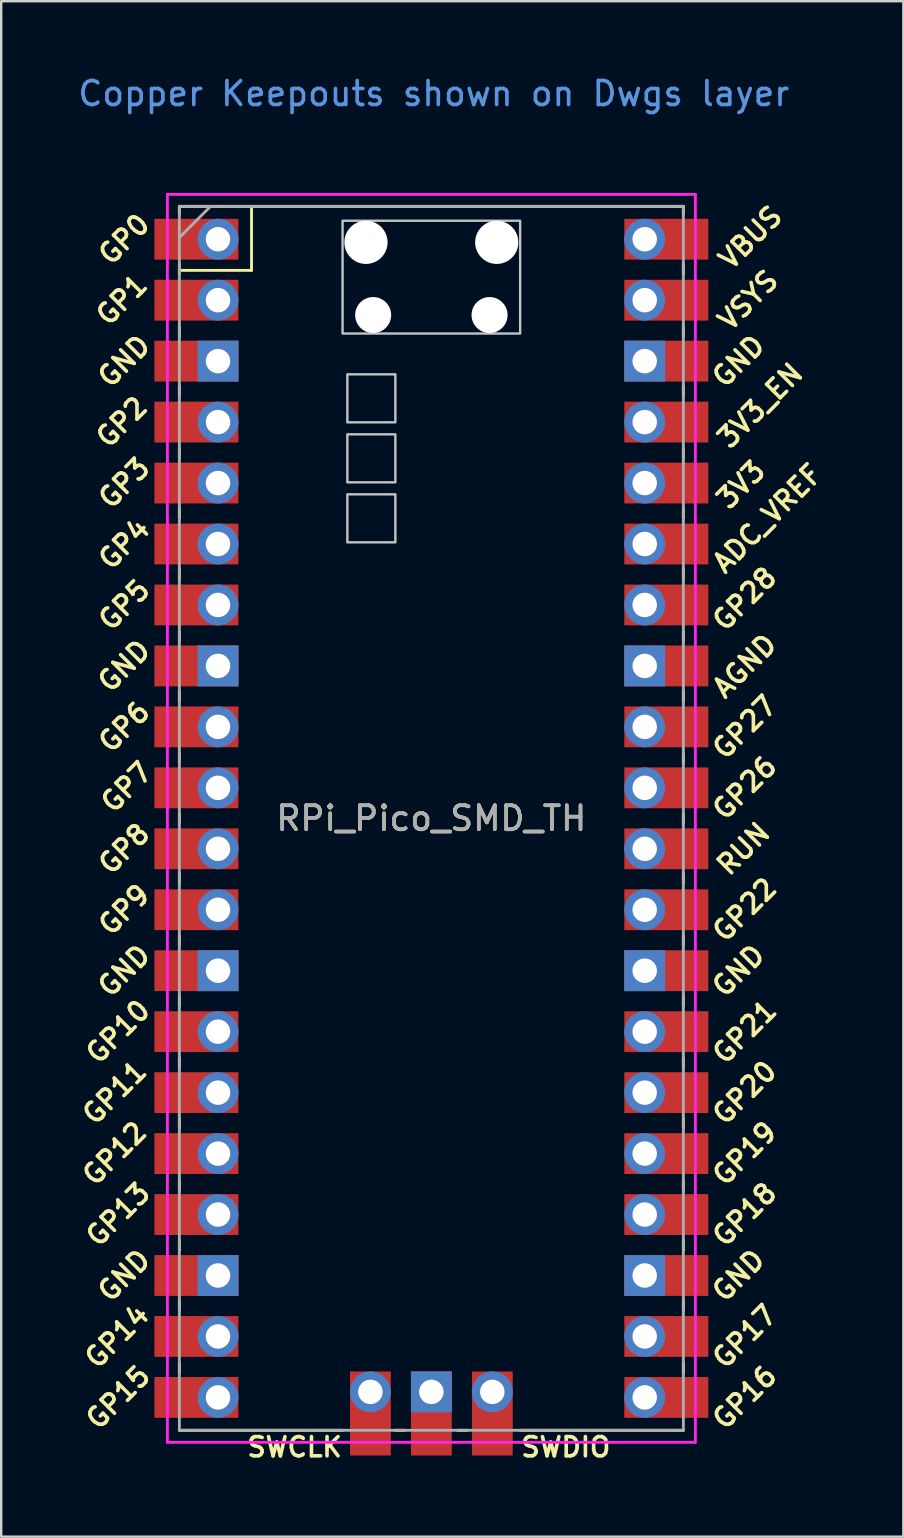
<source format=kicad_pcb>
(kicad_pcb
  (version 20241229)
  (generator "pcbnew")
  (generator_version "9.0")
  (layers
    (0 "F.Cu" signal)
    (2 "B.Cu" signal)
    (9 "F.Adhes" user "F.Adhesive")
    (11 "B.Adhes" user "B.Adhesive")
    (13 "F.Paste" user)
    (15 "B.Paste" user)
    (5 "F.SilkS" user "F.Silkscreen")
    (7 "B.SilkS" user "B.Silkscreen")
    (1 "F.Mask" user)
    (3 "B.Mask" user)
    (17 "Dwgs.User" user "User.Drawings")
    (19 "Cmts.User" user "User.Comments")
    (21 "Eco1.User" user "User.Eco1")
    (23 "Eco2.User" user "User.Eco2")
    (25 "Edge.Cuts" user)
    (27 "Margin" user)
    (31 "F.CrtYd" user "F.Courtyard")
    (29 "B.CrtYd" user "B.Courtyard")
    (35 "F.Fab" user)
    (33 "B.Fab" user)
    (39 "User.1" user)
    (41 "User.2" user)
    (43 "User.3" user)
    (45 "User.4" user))
  (footprint "RPi_Pico_SMD_TH"
    (layer "F.Cu")
    (at 14.924 31.048)
    (property "Reference" "RPi_Pico_SMD_TH" (at 0 0 0) (layer "F.SilkS") (effects (font (size 1 1) (thickness 0.15))))
    (attr through_hole)
    (fp_line (start -10.5 -25.5) (end -10.5 -25.2) (stroke (width 0.12) (type solid)) (layer "F.SilkS"))
    (fp_line (start -10.5 -25.5) (end 10.5 -25.5) (stroke (width 0.12) (type solid)) (layer "F.SilkS"))
    (fp_line (start -10.5 -23.1) (end -10.5 -22.7) (stroke (width 0.12) (type solid)) (layer "F.SilkS"))
    (fp_line (start -10.5 -22.833) (end -7.493 -22.833) (stroke (width 0.12) (type solid)) (layer "F.SilkS"))
    (fp_line (start -10.5 -20.5) (end -10.5 -20.1) (stroke (width 0.12) (type solid)) (layer "F.SilkS"))
    (fp_line (start -10.5 -18) (end -10.5 -17.6) (stroke (width 0.12) (type solid)) (layer "F.SilkS"))
    (fp_line (start -10.5 -15.4) (end -10.5 -15) (stroke (width 0.12) (type solid)) (layer "F.SilkS"))
    (fp_line (start -10.5 -12.9) (end -10.5 -12.5) (stroke (width 0.12) (type solid)) (layer "F.SilkS"))
    (fp_line (start -10.5 -10.4) (end -10.5 -10) (stroke (width 0.12) (type solid)) (layer "F.SilkS"))
    (fp_line (start -10.5 -7.8) (end -10.5 -7.4) (stroke (width 0.12) (type solid)) (layer "F.SilkS"))
    (fp_line (start -10.5 -5.3) (end -10.5 -4.9) (stroke (width 0.12) (type solid)) (layer "F.SilkS"))
    (fp_line (start -10.5 -2.7) (end -10.5 -2.3) (stroke (width 0.12) (type solid)) (layer "F.SilkS"))
    (fp_line (start -10.5 -0.2) (end -10.5 0.2) (stroke (width 0.12) (type solid)) (layer "F.SilkS"))
    (fp_line (start -10.5 2.3) (end -10.5 2.7) (stroke (width 0.12) (type solid)) (layer "F.SilkS"))
    (fp_line (start -10.5 4.9) (end -10.5 5.3) (stroke (width 0.12) (type solid)) (layer "F.SilkS"))
    (fp_line (start -10.5 7.4) (end -10.5 7.8) (stroke (width 0.12) (type solid)) (layer "F.SilkS"))
    (fp_line (start -10.5 10) (end -10.5 10.4) (stroke (width 0.12) (type solid)) (layer "F.SilkS"))
    (fp_line (start -10.5 12.5) (end -10.5 12.9) (stroke (width 0.12) (type solid)) (layer "F.SilkS"))
    (fp_line (start -10.5 15.1) (end -10.5 15.5) (stroke (width 0.12) (type solid)) (layer "F.SilkS"))
    (fp_line (start -10.5 17.6) (end -10.5 18) (stroke (width 0.12) (type solid)) (layer "F.SilkS"))
    (fp_line (start -10.5 20.1) (end -10.5 20.5) (stroke (width 0.12) (type solid)) (layer "F.SilkS"))
    (fp_line (start -10.5 22.7) (end -10.5 23.1) (stroke (width 0.12) (type solid)) (layer "F.SilkS"))
    (fp_line (start -7.493 -22.833) (end -7.493 -25.5) (stroke (width 0.12) (type solid)) (layer "F.SilkS"))
    (fp_line (start -3.7 25.5) (end -10.5 25.5) (stroke (width 0.12) (type solid)) (layer "F.SilkS"))
    (fp_line (start -1.5 25.5) (end -1.1 25.5) (stroke (width 0.12) (type solid)) (layer "F.SilkS"))
    (fp_line (start 1.1 25.5) (end 1.5 25.5) (stroke (width 0.12) (type solid)) (layer "F.SilkS"))
    (fp_line (start 10.5 -25.5) (end 10.5 -25.2) (stroke (width 0.12) (type solid)) (layer "F.SilkS"))
    (fp_line (start 10.5 -23.1) (end 10.5 -22.7) (stroke (width 0.12) (type solid)) (layer "F.SilkS"))
    (fp_line (start 10.5 -20.5) (end 10.5 -20.1) (stroke (width 0.12) (type solid)) (layer "F.SilkS"))
    (fp_line (start 10.5 -18) (end 10.5 -17.6) (stroke (width 0.12) (type solid)) (layer "F.SilkS"))
    (fp_line (start 10.5 -15.4) (end 10.5 -15) (stroke (width 0.12) (type solid)) (layer "F.SilkS"))
    (fp_line (start 10.5 -12.9) (end 10.5 -12.5) (stroke (width 0.12) (type solid)) (layer "F.SilkS"))
    (fp_line (start 10.5 -10.4) (end 10.5 -10) (stroke (width 0.12) (type solid)) (layer "F.SilkS"))
    (fp_line (start 10.5 -7.8) (end 10.5 -7.4) (stroke (width 0.12) (type solid)) (layer "F.SilkS"))
    (fp_line (start 10.5 -5.3) (end 10.5 -4.9) (stroke (width 0.12) (type solid)) (layer "F.SilkS"))
    (fp_line (start 10.5 -2.7) (end 10.5 -2.3) (stroke (width 0.12) (type solid)) (layer "F.SilkS"))
    (fp_line (start 10.5 -0.2) (end 10.5 0.2) (stroke (width 0.12) (type solid)) (layer "F.SilkS"))
    (fp_line (start 10.5 2.3) (end 10.5 2.7) (stroke (width 0.12) (type solid)) (layer "F.SilkS"))
    (fp_line (start 10.5 4.9) (end 10.5 5.3) (stroke (width 0.12) (type solid)) (layer "F.SilkS"))
    (fp_line (start 10.5 7.4) (end 10.5 7.8) (stroke (width 0.12) (type solid)) (layer "F.SilkS"))
    (fp_line (start 10.5 10) (end 10.5 10.4) (stroke (width 0.12) (type solid)) (layer "F.SilkS"))
    (fp_line (start 10.5 12.5) (end 10.5 12.9) (stroke (width 0.12) (type solid)) (layer "F.SilkS"))
    (fp_line (start 10.5 15.1) (end 10.5 15.5) (stroke (width 0.12) (type solid)) (layer "F.SilkS"))
    (fp_line (start 10.5 17.6) (end 10.5 18) (stroke (width 0.12) (type solid)) (layer "F.SilkS"))
    (fp_line (start 10.5 20.1) (end 10.5 20.5) (stroke (width 0.12) (type solid)) (layer "F.SilkS"))
    (fp_line (start 10.5 22.7) (end 10.5 23.1) (stroke (width 0.12) (type solid)) (layer "F.SilkS"))
    (fp_line (start 10.5 25.5) (end 3.7 25.5) (stroke (width 0.12) (type solid)) (layer "F.SilkS"))
    (fp_poly (pts (xy -1.5 -16.5) (xy -3.5 -16.5) (xy -3.5 -18.5) (xy -1.5 -18.5)) (stroke (width 0.1) (type solid)) (fill no) (layer "Dwgs.User"))
    (fp_poly (pts (xy -1.5 -14) (xy -3.5 -14) (xy -3.5 -16) (xy -1.5 -16)) (stroke (width 0.1) (type solid)) (fill no) (layer "Dwgs.User"))
    (fp_poly (pts (xy -1.5 -11.5) (xy -3.5 -11.5) (xy -3.5 -13.5) (xy -1.5 -13.5)) (stroke (width 0.1) (type solid)) (fill no) (layer "Dwgs.User"))
    (fp_poly (pts (xy 3.7 -20.2) (xy -3.7 -20.2) (xy -3.7 -24.9) (xy 3.7 -24.9)) (stroke (width 0.1) (type solid)) (fill no) (layer "Dwgs.User"))
    (fp_line (start -11 -26) (end 11 -26) (stroke (width 0.12) (type solid)) (layer "F.CrtYd"))
    (fp_line (start -11 26) (end -11 -26) (stroke (width 0.12) (type solid)) (layer "F.CrtYd"))
    (fp_line (start 11 -26) (end 11 26) (stroke (width 0.12) (type solid)) (layer "F.CrtYd"))
    (fp_line (start 11 26) (end -11 26) (stroke (width 0.12) (type solid)) (layer "F.CrtYd"))
    (fp_line (start -10.5 -25.5) (end 10.5 -25.5) (stroke (width 0.12) (type solid)) (layer "F.Fab"))
    (fp_line (start -10.5 -24.2) (end -9.2 -25.5) (stroke (width 0.12) (type solid)) (layer "F.Fab"))
    (fp_line (start -10.5 25.5) (end -10.5 -25.5) (stroke (width 0.12) (type solid)) (layer "F.Fab"))
    (fp_line (start 10.5 -25.5) (end 10.5 25.5) (stroke (width 0.12) (type solid)) (layer "F.Fab"))
    (fp_line (start 10.5 25.5) (end -10.5 25.5) (stroke (width 0.12) (type solid)) (layer "F.Fab"))
    (fp_text user "GP5" (at -12.8 -8.89 45) (layer "F.SilkS") (effects (font (size 0.8 0.8) (thickness 0.15))))
    (fp_text user "GP16" (at 13.054 24.13 45) (layer "F.SilkS") (effects (font (size 0.8 0.8) (thickness 0.15))))
    (fp_text user "GP1" (at -12.9 -21.6 45) (layer "F.SilkS") (effects (font (size 0.8 0.8) (thickness 0.15))))
    (fp_text user "GP26" (at 13.054 -1.27 45) (layer "F.SilkS") (effects (font (size 0.8 0.8) (thickness 0.15))))
    (fp_text user "3V3_EN" (at 13.7 -17.2 45) (layer "F.SilkS") (effects (font (size 0.8 0.8) (thickness 0.15))))
    (fp_text user "GP22" (at 13.054 3.81 45) (layer "F.SilkS") (effects (font (size 0.8 0.8) (thickness 0.15))))
    (fp_text user "GND" (at 12.8 -19.05 45) (layer "F.SilkS") (effects (font (size 0.8 0.8) (thickness 0.15))))
    (fp_text user "GP21" (at 13.054 8.9 45) (layer "F.SilkS") (effects (font (size 0.8 0.8) (thickness 0.15))))
    (fp_text user "AGND" (at 13.054 -6.35 45) (layer "F.SilkS") (effects (font (size 0.8 0.8) (thickness 0.15))))
    (fp_text user "SWDIO" (at 5.6 26.2 0) (layer "F.SilkS") (effects (font (size 0.8 0.8) (thickness 0.15))))
    (fp_text user "GP14" (at -13.1 21.59 45) (layer "F.SilkS") (effects (font (size 0.8 0.8) (thickness 0.15))))
    (fp_text user "GP4" (at -12.8 -11.43 45) (layer "F.SilkS") (effects (font (size 0.8 0.8) (thickness 0.15))))
    (fp_text user "GP20" (at 13.054 11.43 45) (layer "F.SilkS") (effects (font (size 0.8 0.8) (thickness 0.15))))
    (fp_text user "RUN" (at 13 1.27 45) (layer "F.SilkS") (effects (font (size 0.8 0.8) (thickness 0.15))))
    (fp_text user "GP15" (at -13.054 24.13 45) (layer "F.SilkS") (effects (font (size 0.8 0.8) (thickness 0.15))))
    (fp_text user "GP6" (at -12.8 -3.81 45) (layer "F.SilkS") (effects (font (size 0.8 0.8) (thickness 0.15))))
    (fp_text user "SWCLK" (at -5.7 26.2 0) (layer "F.SilkS") (effects (font (size 0.8 0.8) (thickness 0.15))))
    (fp_text user "VSYS" (at 13.2 -21.59 45) (layer "F.SilkS") (effects (font (size 0.8 0.8) (thickness 0.15))))
    (fp_text user "3V3" (at 12.9 -13.9 45) (layer "F.SilkS") (effects (font (size 0.8 0.8) (thickness 0.15))))
    (fp_text user "GP12" (at -13.2 13.97 45) (layer "F.SilkS") (effects (font (size 0.8 0.8) (thickness 0.15))))
    (fp_text user "VBUS" (at 13.3 -24.2 45) (layer "F.SilkS") (effects (font (size 0.8 0.8) (thickness 0.15))))
    (fp_text user "ADC_VREF" (at 14 -12.5 45) (layer "F.SilkS") (effects (font (size 0.8 0.8) (thickness 0.15))))
    (fp_text user "GP8" (at -12.8 1.27 45) (layer "F.SilkS") (effects (font (size 0.8 0.8) (thickness 0.15))))
    (fp_text user "GP3" (at -12.8 -13.97 45) (layer "F.SilkS") (effects (font (size 0.8 0.8) (thickness 0.15))))
    (fp_text user "GP27" (at 13.054 -3.8 45) (layer "F.SilkS") (effects (font (size 0.8 0.8) (thickness 0.15))))
    (fp_text user "GND" (at -12.8 6.35 45) (layer "F.SilkS") (effects (font (size 0.8 0.8) (thickness 0.15))))
    (fp_text user "GND" (at 12.8 6.35 45) (layer "F.SilkS") (effects (font (size 0.8 0.8) (thickness 0.15))))
    (fp_text user "GP19" (at 13.054 13.97 45) (layer "F.SilkS") (effects (font (size 0.8 0.8) (thickness 0.15))))
    (fp_text user "GP10" (at -13.054 8.89 45) (layer "F.SilkS") (effects (font (size 0.8 0.8) (thickness 0.15))))
    (fp_text user "GP28" (at 13.054 -9.144 45) (layer "F.SilkS") (effects (font (size 0.8 0.8) (thickness 0.15))))
    (fp_text user "GP2" (at -12.9 -16.51 45) (layer "F.SilkS") (effects (font (size 0.8 0.8) (thickness 0.15))))
    (fp_text user "GP17" (at 13.054 21.59 45) (layer "F.SilkS") (effects (font (size 0.8 0.8) (thickness 0.15))))
    (fp_text user "GP13" (at -13.054 16.51 45) (layer "F.SilkS") (effects (font (size 0.8 0.8) (thickness 0.15))))
    (fp_text user "GND" (at 12.8 19.05 45) (layer "F.SilkS") (effects (font (size 0.8 0.8) (thickness 0.15))))
    (fp_text user "GND" (at -12.8 -6.35 45) (layer "F.SilkS") (effects (font (size 0.8 0.8) (thickness 0.15))))
    (fp_text user "GP9" (at -12.8 3.81 45) (layer "F.SilkS") (effects (font (size 0.8 0.8) (thickness 0.15))))
    (fp_text user "GP11" (at -13.2 11.43 45) (layer "F.SilkS") (effects (font (size 0.8 0.8) (thickness 0.15))))
    (fp_text user "GP7" (at -12.7 -1.3 45) (layer "F.SilkS") (effects (font (size 0.8 0.8) (thickness 0.15))))
    (fp_text user "GND" (at -12.8 -19.05 45) (layer "F.SilkS") (effects (font (size 0.8 0.8) (thickness 0.15))))
    (fp_text user "GP0" (at -12.8 -24.13 45) (layer "F.SilkS") (effects (font (size 0.8 0.8) (thickness 0.15))))
    (fp_text user "GP18" (at 13.054 16.51 45) (layer "F.SilkS") (effects (font (size 0.8 0.8) (thickness 0.15))))
    (fp_text user "GND" (at -12.8 19.05 45) (layer "F.SilkS") (effects (font (size 0.8 0.8) (thickness 0.15))))
    (fp_text user "Copper Keepouts shown on Dwgs layer" (at 0.1 -30.2 0) (layer "Cmts.User") (effects (font (size 1 1) (thickness 0.15))))
    (fp_text user "${REFERENCE}" (at 0 0 180) (layer "F.Fab") (effects (font (size 1 1) (thickness 0.15))))
    (pad "" np_thru_hole oval (at -2.725 -24) (size 1.8 1.8) (drill 1.8) (layers "*.Cu" "*.Mask"))
    (pad "" np_thru_hole oval (at -2.425 -20.97) (size 1.5 1.5) (drill 1.5) (layers "*.Cu" "*.Mask"))
    (pad "" np_thru_hole oval (at 2.425 -20.97) (size 1.5 1.5) (drill 1.5) (layers "*.Cu" "*.Mask"))
    (pad "" np_thru_hole oval (at 2.725 -24) (size 1.8 1.8) (drill 1.8) (layers "*.Cu" "*.Mask"))
    (pad "1" thru_hole oval (at -8.89 -24.13) (size 1.7 1.7) (drill 1.02) (layers "*.Cu" "*.Mask"))
    (pad "1" smd rect (at -8.89 -24.13) (size 3.5 1.7) (drill (offset -0.9 0)) (layers "F.Cu" "F.Mask"))
    (pad "2" thru_hole oval (at -8.89 -21.59) (size 1.7 1.7) (drill 1.02) (layers "*.Cu" "*.Mask"))
    (pad "2" smd rect (at -8.89 -21.59) (size 3.5 1.7) (drill (offset -0.9 0)) (layers "F.Cu" "F.Mask"))
    (pad "3" thru_hole rect (at -8.89 -19.05) (size 1.7 1.7) (drill 1.02) (layers "*.Cu" "*.Mask"))
    (pad "3" smd rect (at -8.89 -19.05) (size 3.5 1.7) (drill (offset -0.9 0)) (layers "F.Cu" "F.Mask"))
    (pad "4" thru_hole oval (at -8.89 -16.51) (size 1.7 1.7) (drill 1.02) (layers "*.Cu" "*.Mask"))
    (pad "4" smd rect (at -8.89 -16.51) (size 3.5 1.7) (drill (offset -0.9 0)) (layers "F.Cu" "F.Mask"))
    (pad "5" thru_hole oval (at -8.89 -13.97) (size 1.7 1.7) (drill 1.02) (layers "*.Cu" "*.Mask"))
    (pad "5" smd rect (at -8.89 -13.97) (size 3.5 1.7) (drill (offset -0.9 0)) (layers "F.Cu" "F.Mask"))
    (pad "6" thru_hole oval (at -8.89 -11.43) (size 1.7 1.7) (drill 1.02) (layers "*.Cu" "*.Mask"))
    (pad "6" smd rect (at -8.89 -11.43) (size 3.5 1.7) (drill (offset -0.9 0)) (layers "F.Cu" "F.Mask"))
    (pad "7" thru_hole oval (at -8.89 -8.89) (size 1.7 1.7) (drill 1.02) (layers "*.Cu" "*.Mask"))
    (pad "7" smd rect (at -8.89 -8.89) (size 3.5 1.7) (drill (offset -0.9 0)) (layers "F.Cu" "F.Mask"))
    (pad "8" thru_hole rect (at -8.89 -6.35) (size 1.7 1.7) (drill 1.02) (layers "*.Cu" "*.Mask"))
    (pad "8" smd rect (at -8.89 -6.35) (size 3.5 1.7) (drill (offset -0.9 0)) (layers "F.Cu" "F.Mask"))
    (pad "9" thru_hole oval (at -8.89 -3.81) (size 1.7 1.7) (drill 1.02) (layers "*.Cu" "*.Mask"))
    (pad "9" smd rect (at -8.89 -3.81) (size 3.5 1.7) (drill (offset -0.9 0)) (layers "F.Cu" "F.Mask"))
    (pad "10" thru_hole oval (at -8.89 -1.27) (size 1.7 1.7) (drill 1.02) (layers "*.Cu" "*.Mask"))
    (pad "10" smd rect (at -8.89 -1.27) (size 3.5 1.7) (drill (offset -0.9 0)) (layers "F.Cu" "F.Mask"))
    (pad "11" thru_hole oval (at -8.89 1.27) (size 1.7 1.7) (drill 1.02) (layers "*.Cu" "*.Mask"))
    (pad "11" smd rect (at -8.89 1.27) (size 3.5 1.7) (drill (offset -0.9 0)) (layers "F.Cu" "F.Mask"))
    (pad "12" thru_hole oval (at -8.89 3.81) (size 1.7 1.7) (drill 1.02) (layers "*.Cu" "*.Mask"))
    (pad "12" smd rect (at -8.89 3.81) (size 3.5 1.7) (drill (offset -0.9 0)) (layers "F.Cu" "F.Mask"))
    (pad "13" thru_hole rect (at -8.89 6.35) (size 1.7 1.7) (drill 1.02) (layers "*.Cu" "*.Mask"))
    (pad "13" smd rect (at -8.89 6.35) (size 3.5 1.7) (drill (offset -0.9 0)) (layers "F.Cu" "F.Mask"))
    (pad "14" thru_hole oval (at -8.89 8.89) (size 1.7 1.7) (drill 1.02) (layers "*.Cu" "*.Mask"))
    (pad "14" smd rect (at -8.89 8.89) (size 3.5 1.7) (drill (offset -0.9 0)) (layers "F.Cu" "F.Mask"))
    (pad "15" thru_hole oval (at -8.89 11.43) (size 1.7 1.7) (drill 1.02) (layers "*.Cu" "*.Mask"))
    (pad "15" smd rect (at -8.89 11.43) (size 3.5 1.7) (drill (offset -0.9 0)) (layers "F.Cu" "F.Mask"))
    (pad "16" thru_hole oval (at -8.89 13.97) (size 1.7 1.7) (drill 1.02) (layers "*.Cu" "*.Mask"))
    (pad "16" smd rect (at -8.89 13.97) (size 3.5 1.7) (drill (offset -0.9 0)) (layers "F.Cu" "F.Mask"))
    (pad "17" thru_hole oval (at -8.89 16.51) (size 1.7 1.7) (drill 1.02) (layers "*.Cu" "*.Mask"))
    (pad "17" smd rect (at -8.89 16.51) (size 3.5 1.7) (drill (offset -0.9 0)) (layers "F.Cu" "F.Mask"))
    (pad "18" thru_hole rect (at -8.89 19.05) (size 1.7 1.7) (drill 1.02) (layers "*.Cu" "*.Mask"))
    (pad "18" smd rect (at -8.89 19.05) (size 3.5 1.7) (drill (offset -0.9 0)) (layers "F.Cu" "F.Mask"))
    (pad "19" thru_hole oval (at -8.89 21.59) (size 1.7 1.7) (drill 1.02) (layers "*.Cu" "*.Mask"))
    (pad "19" smd rect (at -8.89 21.59) (size 3.5 1.7) (drill (offset -0.9 0)) (layers "F.Cu" "F.Mask"))
    (pad "20" thru_hole oval (at -8.89 24.13) (size 1.7 1.7) (drill 1.02) (layers "*.Cu" "*.Mask"))
    (pad "20" smd rect (at -8.89 24.13) (size 3.5 1.7) (drill (offset -0.9 0)) (layers "F.Cu" "F.Mask"))
    (pad "21" thru_hole oval (at 8.89 24.13) (size 1.7 1.7) (drill 1.02) (layers "*.Cu" "*.Mask"))
    (pad "21" smd rect (at 8.89 24.13) (size 3.5 1.7) (drill (offset 0.9 0)) (layers "F.Cu" "F.Mask"))
    (pad "22" thru_hole oval (at 8.89 21.59) (size 1.7 1.7) (drill 1.02) (layers "*.Cu" "*.Mask"))
    (pad "22" smd rect (at 8.89 21.59) (size 3.5 1.7) (drill (offset 0.9 0)) (layers "F.Cu" "F.Mask"))
    (pad "23" thru_hole rect (at 8.89 19.05) (size 1.7 1.7) (drill 1.02) (layers "*.Cu" "*.Mask"))
    (pad "23" smd rect (at 8.89 19.05) (size 3.5 1.7) (drill (offset 0.9 0)) (layers "F.Cu" "F.Mask"))
    (pad "24" thru_hole oval (at 8.89 16.51) (size 1.7 1.7) (drill 1.02) (layers "*.Cu" "*.Mask"))
    (pad "24" smd rect (at 8.89 16.51) (size 3.5 1.7) (drill (offset 0.9 0)) (layers "F.Cu" "F.Mask"))
    (pad "25" thru_hole oval (at 8.89 13.97) (size 1.7 1.7) (drill 1.02) (layers "*.Cu" "*.Mask"))
    (pad "25" smd rect (at 8.89 13.97) (size 3.5 1.7) (drill (offset 0.9 0)) (layers "F.Cu" "F.Mask"))
    (pad "26" thru_hole oval (at 8.89 11.43) (size 1.7 1.7) (drill 1.02) (layers "*.Cu" "*.Mask"))
    (pad "26" smd rect (at 8.89 11.43) (size 3.5 1.7) (drill (offset 0.9 0)) (layers "F.Cu" "F.Mask"))
    (pad "27" thru_hole oval (at 8.89 8.89) (size 1.7 1.7) (drill 1.02) (layers "*.Cu" "*.Mask"))
    (pad "27" smd rect (at 8.89 8.89) (size 3.5 1.7) (drill (offset 0.9 0)) (layers "F.Cu" "F.Mask"))
    (pad "28" thru_hole rect (at 8.89 6.35) (size 1.7 1.7) (drill 1.02) (layers "*.Cu" "*.Mask"))
    (pad "28" smd rect (at 8.89 6.35) (size 3.5 1.7) (drill (offset 0.9 0)) (layers "F.Cu" "F.Mask"))
    (pad "29" thru_hole oval (at 8.89 3.81) (size 1.7 1.7) (drill 1.02) (layers "*.Cu" "*.Mask"))
    (pad "29" smd rect (at 8.89 3.81) (size 3.5 1.7) (drill (offset 0.9 0)) (layers "F.Cu" "F.Mask"))
    (pad "30" thru_hole oval (at 8.89 1.27) (size 1.7 1.7) (drill 1.02) (layers "*.Cu" "*.Mask"))
    (pad "30" smd rect (at 8.89 1.27) (size 3.5 1.7) (drill (offset 0.9 0)) (layers "F.Cu" "F.Mask"))
    (pad "31" thru_hole oval (at 8.89 -1.27) (size 1.7 1.7) (drill 1.02) (layers "*.Cu" "*.Mask"))
    (pad "31" smd rect (at 8.89 -1.27) (size 3.5 1.7) (drill (offset 0.9 0)) (layers "F.Cu" "F.Mask"))
    (pad "32" thru_hole oval (at 8.89 -3.81) (size 1.7 1.7) (drill 1.02) (layers "*.Cu" "*.Mask"))
    (pad "32" smd rect (at 8.89 -3.81) (size 3.5 1.7) (drill (offset 0.9 0)) (layers "F.Cu" "F.Mask"))
    (pad "33" thru_hole rect (at 8.89 -6.35) (size 1.7 1.7) (drill 1.02) (layers "*.Cu" "*.Mask"))
    (pad "33" smd rect (at 8.89 -6.35) (size 3.5 1.7) (drill (offset 0.9 0)) (layers "F.Cu" "F.Mask"))
    (pad "34" thru_hole oval (at 8.89 -8.89) (size 1.7 1.7) (drill 1.02) (layers "*.Cu" "*.Mask"))
    (pad "34" smd rect (at 8.89 -8.89) (size 3.5 1.7) (drill (offset 0.9 0)) (layers "F.Cu" "F.Mask"))
    (pad "35" thru_hole oval (at 8.89 -11.43) (size 1.7 1.7) (drill 1.02) (layers "*.Cu" "*.Mask"))
    (pad "35" smd rect (at 8.89 -11.43) (size 3.5 1.7) (drill (offset 0.9 0)) (layers "F.Cu" "F.Mask"))
    (pad "36" thru_hole oval (at 8.89 -13.97) (size 1.7 1.7) (drill 1.02) (layers "*.Cu" "*.Mask"))
    (pad "36" smd rect (at 8.89 -13.97) (size 3.5 1.7) (drill (offset 0.9 0)) (layers "F.Cu" "F.Mask"))
    (pad "37" thru_hole oval (at 8.89 -16.51) (size 1.7 1.7) (drill 1.02) (layers "*.Cu" "*.Mask"))
    (pad "37" smd rect (at 8.89 -16.51) (size 3.5 1.7) (drill (offset 0.9 0)) (layers "F.Cu" "F.Mask"))
    (pad "38" thru_hole rect (at 8.89 -19.05) (size 1.7 1.7) (drill 1.02) (layers "*.Cu" "*.Mask"))
    (pad "38" smd rect (at 8.89 -19.05) (size 3.5 1.7) (drill (offset 0.9 0)) (layers "F.Cu" "F.Mask"))
    (pad "39" thru_hole oval (at 8.89 -21.59) (size 1.7 1.7) (drill 1.02) (layers "*.Cu" "*.Mask"))
    (pad "39" smd rect (at 8.89 -21.59) (size 3.5 1.7) (drill (offset 0.9 0)) (layers "F.Cu" "F.Mask"))
    (pad "40" thru_hole oval (at 8.89 -24.13) (size 1.7 1.7) (drill 1.02) (layers "*.Cu" "*.Mask"))
    (pad "40" smd rect (at 8.89 -24.13) (size 3.5 1.7) (drill (offset 0.9 0)) (layers "F.Cu" "F.Mask"))
    (pad "41" thru_hole oval (at -2.54 23.9) (size 1.7 1.7) (drill 1.02) (layers "*.Cu" "*.Mask"))
    (pad "41" smd rect (at -2.54 23.9 90) (size 3.5 1.7) (drill (offset -0.9 0)) (layers "F.Cu" "F.Mask"))
    (pad "42" thru_hole rect (at 0 23.9) (size 1.7 1.7) (drill 1.02) (layers "*.Cu" "*.Mask"))
    (pad "42" smd rect (at 0 23.9 90) (size 3.5 1.7) (drill (offset -0.9 0)) (layers "F.Cu" "F.Mask"))
    (pad "43" thru_hole oval (at 2.54 23.9) (size 1.7 1.7) (drill 1.02) (layers "*.Cu" "*.Mask"))
    (pad "43" smd rect (at 2.54 23.9 90) (size 3.5 1.7) (drill (offset -0.9 0)) (layers "F.Cu" "F.Mask")))
  (gr_rect
    (start -3 -3)
    (end 34.591 60.98)
    (stroke (width 0.1) (type default))
    (fill no)
    (layer "Edge.Cuts")))
</source>
